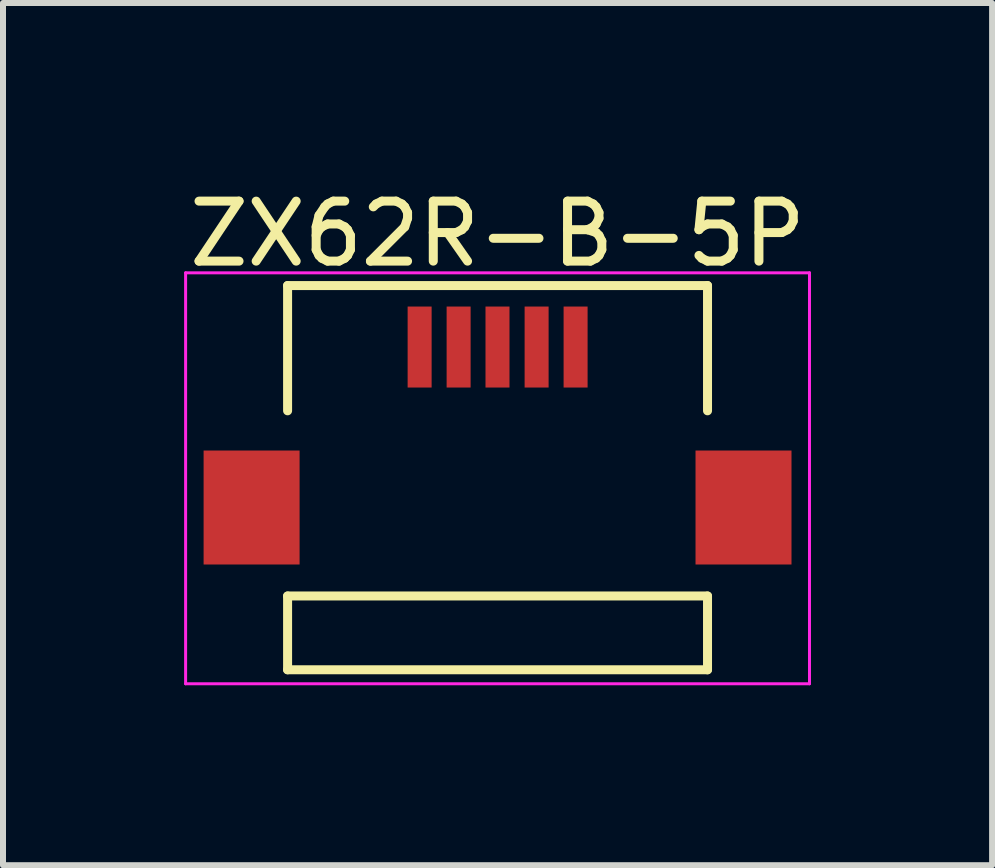
<source format=kicad_pcb>
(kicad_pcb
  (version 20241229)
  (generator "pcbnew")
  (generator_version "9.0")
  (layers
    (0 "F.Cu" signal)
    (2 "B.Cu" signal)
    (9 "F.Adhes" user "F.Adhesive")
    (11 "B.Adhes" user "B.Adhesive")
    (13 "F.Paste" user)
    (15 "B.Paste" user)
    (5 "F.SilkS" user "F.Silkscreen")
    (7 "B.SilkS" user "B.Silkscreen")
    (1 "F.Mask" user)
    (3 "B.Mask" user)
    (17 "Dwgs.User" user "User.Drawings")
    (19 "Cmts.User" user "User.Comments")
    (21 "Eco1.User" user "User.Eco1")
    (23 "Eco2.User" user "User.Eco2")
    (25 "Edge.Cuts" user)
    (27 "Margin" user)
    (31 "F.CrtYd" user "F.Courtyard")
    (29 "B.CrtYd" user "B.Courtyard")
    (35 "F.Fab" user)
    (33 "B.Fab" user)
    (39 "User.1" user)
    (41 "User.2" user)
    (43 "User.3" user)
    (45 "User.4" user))
  (footprint "ZX62R-B-5P"
    (layer "F.Cu")
    (at 5.244 4.298)
    (property "Reference" "ZX62R-B-5P" (at 0 -3.45 0) (layer "F.SilkS") (effects (font (size 1 1) (thickness 0.15))))
    (attr smd)
    (fp_line (start -3.5 -2.588) (end -3.5 -0.5) (stroke (width 0.15) (type solid)) (layer "F.SilkS"))
    (fp_line (start -3.5 -2.588) (end 3.5 -2.588) (stroke (width 0.15) (type solid)) (layer "F.SilkS"))
    (fp_line (start -3.5 3.817) (end -3.5 2.587) (stroke (width 0.15) (type solid)) (layer "F.SilkS"))
    (fp_line (start -3.5 3.817) (end 3.5 3.817) (stroke (width 0.15) (type solid)) (layer "F.SilkS"))
    (fp_line (start 3.5 -2.588) (end 3.5 -0.5) (stroke (width 0.15) (type solid)) (layer "F.SilkS"))
    (fp_line (start 3.5 2.587) (end -3.5 2.587) (stroke (width 0.15) (type solid)) (layer "F.SilkS"))
    (fp_line (start 3.5 2.587) (end 3.5 3.817) (stroke (width 0.15) (type solid)) (layer "F.SilkS"))
    (fp_line (start -5.2 -2.8) (end 5.2 -2.8) (stroke (width 0.05) (type solid)) (layer "F.CrtYd"))
    (fp_line (start -5.2 4.05) (end -5.2 -2.8) (stroke (width 0.05) (type solid)) (layer "F.CrtYd"))
    (fp_line (start 5.2 -2.8) (end 5.2 4.05) (stroke (width 0.05) (type solid)) (layer "F.CrtYd"))
    (fp_line (start 5.2 4.05) (end -5.2 4.05) (stroke (width 0.05) (type solid)) (layer "F.CrtYd"))
    (pad "1" smd rect (at 1.301 -1.563 90) (size 1.35 0.4) (layers "F.Cu" "F.Mask" "F.Paste"))
    (pad "2" smd rect (at 0.651 -1.563 90) (size 1.35 0.4) (layers "F.Cu" "F.Mask" "F.Paste"))
    (pad "3" smd rect (at -0.001 -1.563 90) (size 1.35 0.4) (layers "F.Cu" "F.Mask" "F.Paste"))
    (pad "4" smd rect (at -0.649 -1.563 90) (size 1.35 0.4) (layers "F.Cu" "F.Mask" "F.Paste"))
    (pad "5" smd rect (at -1.299 -1.563 90) (size 1.35 0.4) (layers "F.Cu" "F.Mask" "F.Paste"))
    (pad "6" smd rect (at -4.1 1.112 180) (size 1.6 1.9) (layers "F.Cu" "F.Mask" "F.Paste"))
    (pad "6" smd rect (at 4.1 1.112 180) (size 1.6 1.9) (layers "F.Cu" "F.Mask" "F.Paste")))
  (gr_rect
    (start -3 -3)
    (end 13.488 11.373)
    (stroke (width 0.1) (type default))
    (fill no)
    (layer "Edge.Cuts")))
</source>
